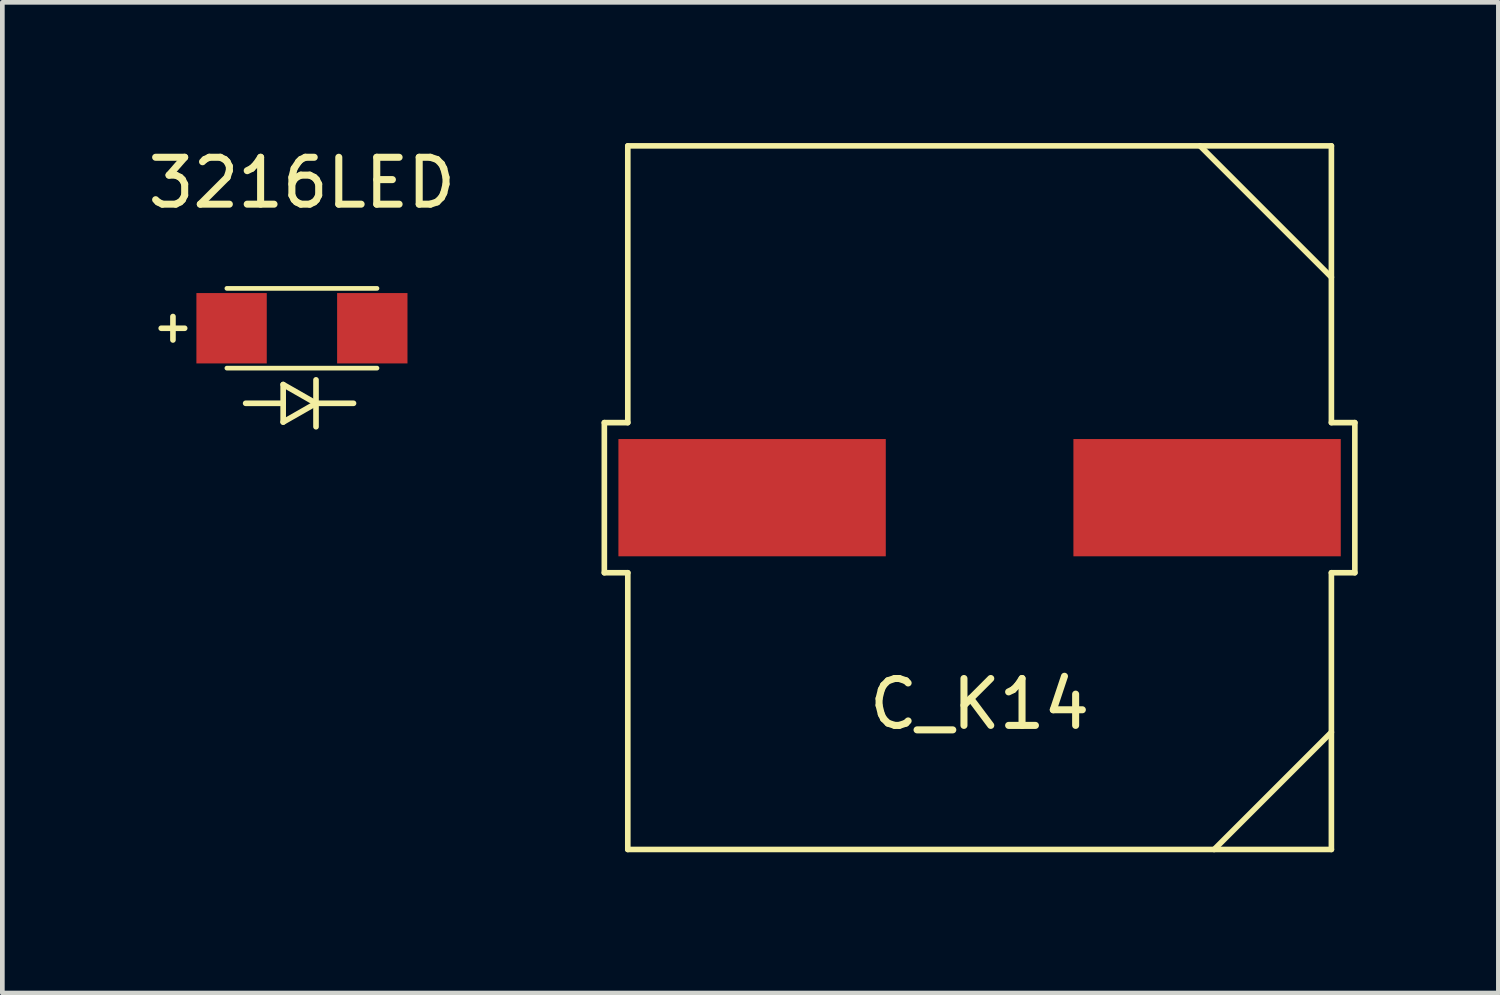
<source format=kicad_pcb>
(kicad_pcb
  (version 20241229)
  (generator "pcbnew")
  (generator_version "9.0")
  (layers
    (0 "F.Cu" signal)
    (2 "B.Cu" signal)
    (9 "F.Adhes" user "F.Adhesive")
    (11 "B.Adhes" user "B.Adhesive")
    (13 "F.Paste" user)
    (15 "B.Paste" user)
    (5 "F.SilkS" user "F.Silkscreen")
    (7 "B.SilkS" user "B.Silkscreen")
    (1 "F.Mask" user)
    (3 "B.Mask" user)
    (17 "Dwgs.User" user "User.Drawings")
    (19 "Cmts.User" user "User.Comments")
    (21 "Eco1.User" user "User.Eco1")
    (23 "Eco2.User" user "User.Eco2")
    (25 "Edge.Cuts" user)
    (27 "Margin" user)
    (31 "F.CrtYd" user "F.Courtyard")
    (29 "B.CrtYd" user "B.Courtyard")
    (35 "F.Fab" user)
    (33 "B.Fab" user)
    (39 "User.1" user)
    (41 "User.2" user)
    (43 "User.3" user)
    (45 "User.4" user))
  (footprint "C_K14"
    (layer "F.Cu")
    (at 17.834 7.56)
    (property "Reference" "C_K14" (at 0 4.4 0) (layer "F.SilkS") (effects (font (size 1 1) (thickness 0.15))))
    (attr through_hole)
    (fp_line (start -8 -1.6) (end -7.5 -1.6) (stroke (width 0.12) (type solid)) (layer "F.SilkS"))
    (fp_line (start -8 1.6) (end -8 -1.6) (stroke (width 0.12) (type solid)) (layer "F.SilkS"))
    (fp_line (start -7.5 -7.5) (end 7.5 -7.5) (stroke (width 0.12) (type solid)) (layer "F.SilkS"))
    (fp_line (start -7.5 -1.6) (end -7.5 -7.5) (stroke (width 0.12) (type solid)) (layer "F.SilkS"))
    (fp_line (start -7.5 1.6) (end -8 1.6) (stroke (width 0.12) (type solid)) (layer "F.SilkS"))
    (fp_line (start -7.5 7.5) (end -7.5 1.6) (stroke (width 0.12) (type solid)) (layer "F.SilkS"))
    (fp_line (start -7.5 7.5) (end 7.5 7.5) (stroke (width 0.12) (type solid)) (layer "F.SilkS"))
    (fp_line (start 7.5 -7.5) (end 7.5 -1.6) (stroke (width 0.12) (type solid)) (layer "F.SilkS"))
    (fp_line (start 7.5 -4.7) (end 4.7 -7.5) (stroke (width 0.12) (type solid)) (layer "F.SilkS"))
    (fp_line (start 7.5 -1.6) (end 8 -1.6) (stroke (width 0.12) (type solid)) (layer "F.SilkS"))
    (fp_line (start 7.5 1.6) (end 7.5 7.5) (stroke (width 0.12) (type solid)) (layer "F.SilkS"))
    (fp_line (start 7.5 5) (end 5 7.5) (stroke (width 0.12) (type solid)) (layer "F.SilkS"))
    (fp_line (start 8 -1.6) (end 8 1.6) (stroke (width 0.12) (type solid)) (layer "F.SilkS"))
    (fp_line (start 8 1.6) (end 7.5 1.6) (stroke (width 0.12) (type solid)) (layer "F.SilkS"))
    (pad "1" smd rect (at -4.85 0) (size 5.7 2.5) (layers "F.Cu" "F.Mask" "F.Paste"))
    (pad "2" smd rect (at 4.85 0) (size 5.7 2.5) (layers "F.Cu" "F.Mask" "F.Paste")))
  (footprint "3216LED"
    (layer "F.Cu")
    (at 3.387 3.948)
    (property "Reference" "3216LED" (at 0 -3.1 0) (layer "F.SilkS") (effects (font (size 1 1) (thickness 0.15))))
    (attr through_hole)
    (fp_line (start -3 0) (end -2.5 0) (stroke (width 0.12) (type solid)) (layer "F.SilkS"))
    (fp_line (start -2.75 -0.25) (end -2.75 0.25) (stroke (width 0.12) (type solid)) (layer "F.SilkS"))
    (fp_line (start -1.6 -0.85) (end 1.6 -0.85) (stroke (width 0.1) (type solid)) (layer "F.SilkS"))
    (fp_line (start -1.6 0.85) (end 1.6 0.85) (stroke (width 0.1) (type solid)) (layer "F.SilkS"))
    (fp_line (start -1.2 1.6) (end -0.4 1.6) (stroke (width 0.12) (type solid)) (layer "F.SilkS"))
    (fp_line (start -0.4 1.2) (end -0.4 2) (stroke (width 0.12) (type solid)) (layer "F.SilkS"))
    (fp_line (start -0.4 2) (end 0.3 1.6) (stroke (width 0.12) (type solid)) (layer "F.SilkS"))
    (fp_line (start 0.3 1.1) (end 0.3 2.1) (stroke (width 0.12) (type solid)) (layer "F.SilkS"))
    (fp_line (start 0.3 1.6) (end -0.4 1.2) (stroke (width 0.12) (type solid)) (layer "F.SilkS"))
    (fp_line (start 0.3 1.6) (end 1.1 1.6) (stroke (width 0.12) (type solid)) (layer "F.SilkS"))
    (pad "1" smd rect (at 1.5 0) (size 1.5 1.5) (layers "F.Cu" "F.Mask" "F.Paste"))
    (pad "2" smd rect (at -1.5 0) (size 1.5 1.5) (layers "F.Cu" "F.Mask" "F.Paste")))
  (gr_rect
    (start -3 -3)
    (end 28.894 18.12)
    (stroke (width 0.1) (type default))
    (fill no)
    (layer "Edge.Cuts")))
</source>
